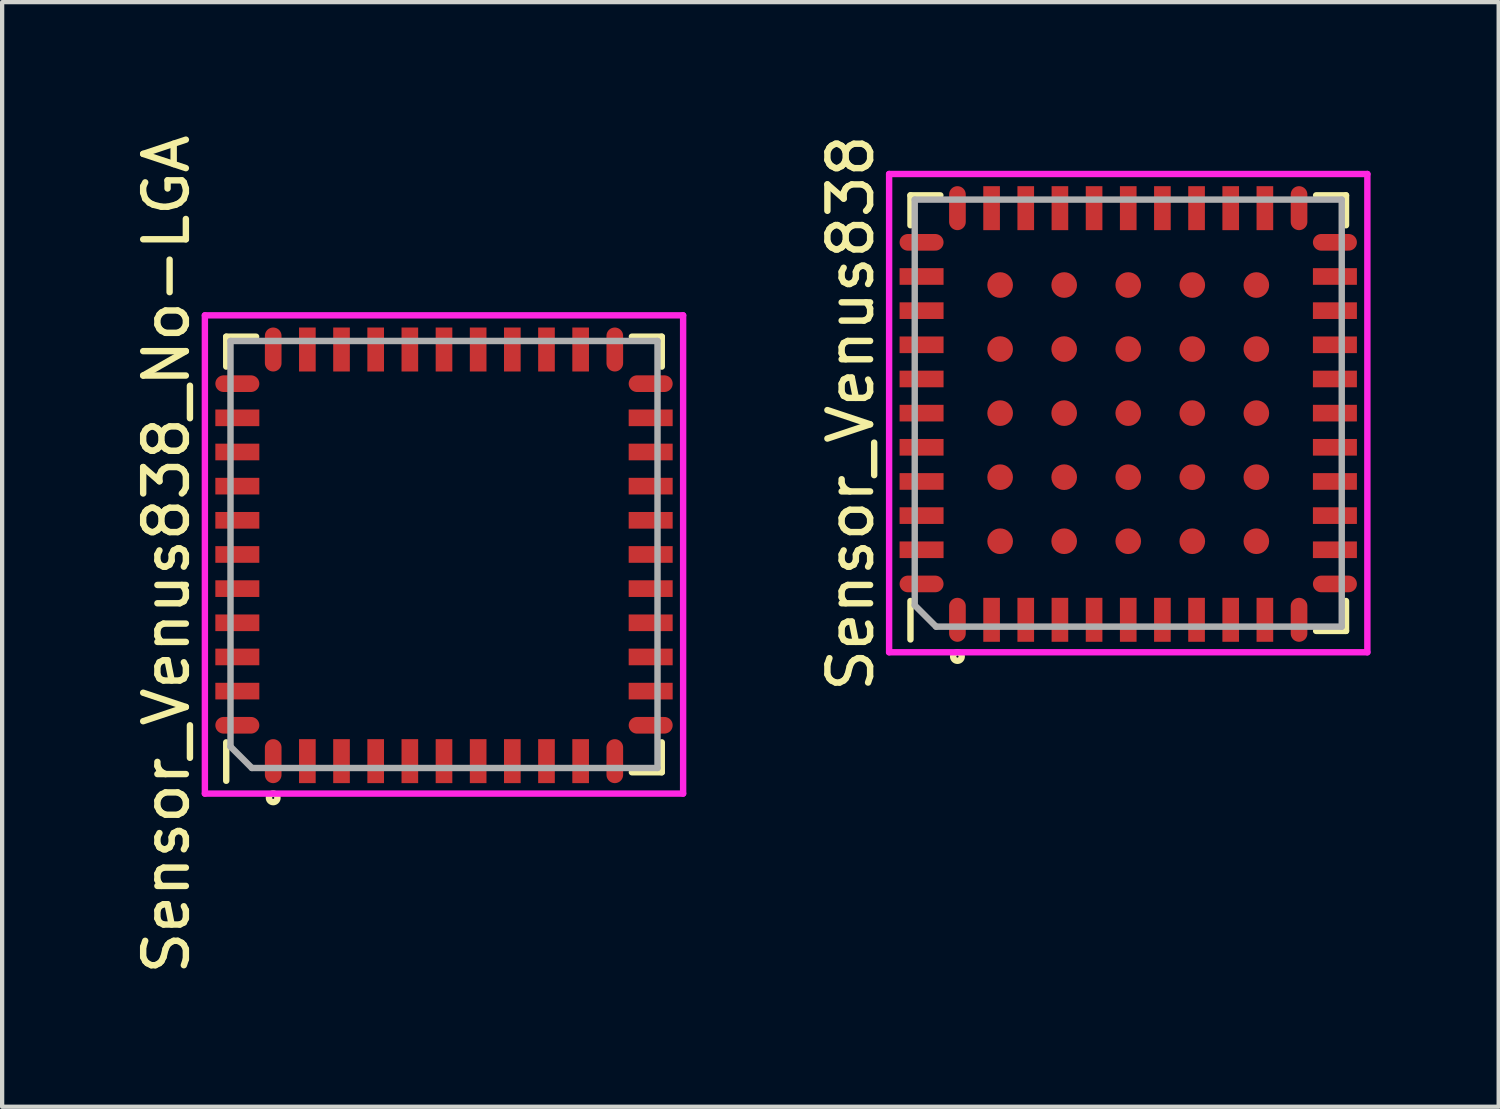
<source format=kicad_pcb>
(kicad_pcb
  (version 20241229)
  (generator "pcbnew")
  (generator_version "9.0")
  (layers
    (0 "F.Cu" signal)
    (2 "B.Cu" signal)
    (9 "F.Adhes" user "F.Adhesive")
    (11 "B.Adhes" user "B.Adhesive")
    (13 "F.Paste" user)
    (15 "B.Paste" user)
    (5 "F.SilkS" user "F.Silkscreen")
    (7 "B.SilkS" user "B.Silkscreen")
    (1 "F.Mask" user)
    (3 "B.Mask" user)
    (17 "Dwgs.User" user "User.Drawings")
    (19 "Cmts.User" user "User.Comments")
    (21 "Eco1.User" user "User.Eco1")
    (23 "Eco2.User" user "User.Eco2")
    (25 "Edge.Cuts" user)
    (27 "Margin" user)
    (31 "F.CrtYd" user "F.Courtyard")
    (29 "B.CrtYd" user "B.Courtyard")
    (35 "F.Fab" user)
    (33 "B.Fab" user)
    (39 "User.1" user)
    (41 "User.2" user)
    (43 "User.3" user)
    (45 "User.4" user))
  (footprint "Sensor_Venus838"
    (layer "F.Cu")
    (at 23.372 6.625)
    (property "Reference" "Sensor_Venus838" (at -6.5 0 90) (layer "F.SilkS") (effects (font (size 1 1) (thickness 0.15))))
    (attr through_hole)
    (fp_line (start -5.1 -5.1) (end -4.4 -5.1) (stroke (width 0.15) (type solid)) (layer "F.SilkS"))
    (fp_line (start -5.1 -4.4) (end -5.1 -5.1) (stroke (width 0.15) (type solid)) (layer "F.SilkS"))
    (fp_line (start -5.1 4.4) (end -5.1 5.3) (stroke (width 0.15) (type solid)) (layer "F.SilkS"))
    (fp_line (start 4.4 -5.1) (end 5.1 -5.1) (stroke (width 0.15) (type solid)) (layer "F.SilkS"))
    (fp_line (start 5.1 -5.1) (end 5.1 -4.4) (stroke (width 0.15) (type solid)) (layer "F.SilkS"))
    (fp_line (start 5.1 4.4) (end 5.1 5.1) (stroke (width 0.15) (type solid)) (layer "F.SilkS"))
    (fp_line (start 5.1 5.1) (end 4.4 5.1) (stroke (width 0.15) (type solid)) (layer "F.SilkS"))
    (fp_circle (center -4 5.7) (end -4 5.8) (stroke (width 0.15) (type solid)) (fill no) (layer "F.SilkS"))
    (fp_line (start -5.6 -5.6) (end 5.6 -5.6) (stroke (width 0.15) (type solid)) (layer "F.CrtYd"))
    (fp_line (start -5.6 5.6) (end -5.6 -5.6) (stroke (width 0.15) (type solid)) (layer "F.CrtYd"))
    (fp_line (start 5.6 -5.6) (end 5.6 5.6) (stroke (width 0.15) (type solid)) (layer "F.CrtYd"))
    (fp_line (start 5.6 5.6) (end -5.6 5.6) (stroke (width 0.15) (type solid)) (layer "F.CrtYd"))
    (fp_line (start -5 -5) (end 5 -5) (stroke (width 0.15) (type solid)) (layer "F.Fab"))
    (fp_line (start -5 4.5) (end -5 -5) (stroke (width 0.15) (type solid)) (layer "F.Fab"))
    (fp_line (start -4.5 5) (end -5 4.5) (stroke (width 0.15) (type solid)) (layer "F.Fab"))
    (fp_line (start 5 -5) (end 5 5) (stroke (width 0.15) (type solid)) (layer "F.Fab"))
    (fp_line (start 5 5) (end -4.5 5) (stroke (width 0.15) (type solid)) (layer "F.Fab"))
    (pad "1" smd oval (at -4 4.84) (size 0.39 1.03) (layers "F.Cu" "F.Mask" "F.Paste"))
    (pad "2" smd rect (at -3.2 4.84) (size 0.39 1.03) (layers "F.Cu" "F.Mask" "F.Paste"))
    (pad "3" smd rect (at -2.4 4.84) (size 0.39 1.03) (layers "F.Cu" "F.Mask" "F.Paste"))
    (pad "4" smd rect (at -1.6 4.84) (size 0.39 1.03) (layers "F.Cu" "F.Mask" "F.Paste"))
    (pad "5" smd rect (at -0.8 4.84) (size 0.39 1.03) (layers "F.Cu" "F.Mask" "F.Paste"))
    (pad "6" smd rect (at 0 4.84) (size 0.39 1.03) (layers "F.Cu" "F.Mask" "F.Paste"))
    (pad "7" smd rect (at 0.8 4.84) (size 0.39 1.03) (layers "F.Cu" "F.Mask" "F.Paste"))
    (pad "8" smd rect (at 1.6 4.84) (size 0.39 1.03) (layers "F.Cu" "F.Mask" "F.Paste"))
    (pad "9" smd rect (at 2.4 4.84) (size 0.39 1.03) (layers "F.Cu" "F.Mask" "F.Paste"))
    (pad "10" smd rect (at 3.2 4.84) (size 0.39 1.03) (layers "F.Cu" "F.Mask" "F.Paste"))
    (pad "11" smd oval (at 4 4.84) (size 0.39 1.03) (layers "F.Cu" "F.Mask" "F.Paste"))
    (pad "12" smd oval (at 4.84 4 90) (size 0.39 1.03) (layers "F.Cu" "F.Mask" "F.Paste"))
    (pad "13" smd rect (at 4.84 3.2 90) (size 0.39 1.03) (layers "F.Cu" "F.Mask" "F.Paste"))
    (pad "14" smd rect (at 4.84 2.4 90) (size 0.39 1.03) (layers "F.Cu" "F.Mask" "F.Paste"))
    (pad "15" smd rect (at 4.84 1.6 90) (size 0.39 1.03) (layers "F.Cu" "F.Mask" "F.Paste"))
    (pad "16" smd rect (at 4.84 0.8 90) (size 0.39 1.03) (layers "F.Cu" "F.Mask" "F.Paste"))
    (pad "17" smd rect (at 4.84 0 90) (size 0.39 1.03) (layers "F.Cu" "F.Mask" "F.Paste"))
    (pad "18" smd rect (at 4.84 -0.8 90) (size 0.39 1.03) (layers "F.Cu" "F.Mask" "F.Paste"))
    (pad "19" smd rect (at 4.84 -1.6 90) (size 0.39 1.03) (layers "F.Cu" "F.Mask" "F.Paste"))
    (pad "20" smd rect (at 4.84 -2.4 90) (size 0.39 1.03) (layers "F.Cu" "F.Mask" "F.Paste"))
    (pad "21" smd rect (at 4.84 -3.2 90) (size 0.39 1.03) (layers "F.Cu" "F.Mask" "F.Paste"))
    (pad "22" smd oval (at 4.84 -4 90) (size 0.39 1.03) (layers "F.Cu" "F.Mask" "F.Paste"))
    (pad "23" smd oval (at 4 -4.8 180) (size 0.39 1.03) (layers "F.Cu" "F.Mask" "F.Paste"))
    (pad "24" smd rect (at 3.2 -4.8 180) (size 0.39 1.03) (layers "F.Cu" "F.Mask" "F.Paste"))
    (pad "25" smd rect (at 2.4 -4.8 180) (size 0.39 1.03) (layers "F.Cu" "F.Mask" "F.Paste"))
    (pad "26" smd rect (at 1.6 -4.8 180) (size 0.39 1.03) (layers "F.Cu" "F.Mask" "F.Paste"))
    (pad "27" smd rect (at 0.8 -4.8 180) (size 0.39 1.03) (layers "F.Cu" "F.Mask" "F.Paste"))
    (pad "28" smd rect (at 0 -4.8 180) (size 0.39 1.03) (layers "F.Cu" "F.Mask" "F.Paste"))
    (pad "29" smd rect (at -0.8 -4.8 180) (size 0.39 1.03) (layers "F.Cu" "F.Mask" "F.Paste"))
    (pad "30" smd rect (at -1.6 -4.8 180) (size 0.39 1.03) (layers "F.Cu" "F.Mask" "F.Paste"))
    (pad "31" smd rect (at -2.4 -4.8 180) (size 0.39 1.03) (layers "F.Cu" "F.Mask" "F.Paste"))
    (pad "32" smd rect (at -3.2 -4.8 180) (size 0.39 1.03) (layers "F.Cu" "F.Mask" "F.Paste"))
    (pad "33" smd oval (at -4 -4.8 180) (size 0.39 1.03) (layers "F.Cu" "F.Mask" "F.Paste"))
    (pad "34" smd oval (at -4.84 -4 270) (size 0.39 1.03) (layers "F.Cu" "F.Mask" "F.Paste"))
    (pad "35" smd rect (at -4.84 -3.2 270) (size 0.39 1.03) (layers "F.Cu" "F.Mask" "F.Paste"))
    (pad "36" smd rect (at -4.84 -2.4 270) (size 0.39 1.03) (layers "F.Cu" "F.Mask" "F.Paste"))
    (pad "37" smd rect (at -4.84 -1.6 270) (size 0.39 1.03) (layers "F.Cu" "F.Mask" "F.Paste"))
    (pad "38" smd rect (at -4.84 -0.8 270) (size 0.39 1.03) (layers "F.Cu" "F.Mask" "F.Paste"))
    (pad "39" smd rect (at -4.84 0 270) (size 0.39 1.03) (layers "F.Cu" "F.Mask" "F.Paste"))
    (pad "40" smd rect (at -4.84 0.8 270) (size 0.39 1.03) (layers "F.Cu" "F.Mask" "F.Paste"))
    (pad "41" smd rect (at -4.84 1.6 270) (size 0.39 1.03) (layers "F.Cu" "F.Mask" "F.Paste"))
    (pad "42" smd rect (at -4.84 2.4 270) (size 0.39 1.03) (layers "F.Cu" "F.Mask" "F.Paste"))
    (pad "43" smd rect (at -4.84 3.2 270) (size 0.39 1.03) (layers "F.Cu" "F.Mask" "F.Paste"))
    (pad "44" smd oval (at -4.84 4 270) (size 0.39 1.03) (layers "F.Cu" "F.Mask" "F.Paste"))
    (pad "45" smd circle (at -3 3 270) (size 0.6 0.6) (layers "F.Cu" "F.Mask" "F.Paste"))
    (pad "46" smd circle (at -1.5 3 270) (size 0.6 0.6) (layers "F.Cu" "F.Mask" "F.Paste"))
    (pad "47" smd circle (at 0 3 270) (size 0.6 0.6) (layers "F.Cu" "F.Mask" "F.Paste"))
    (pad "48" smd circle (at 1.5 3 270) (size 0.6 0.6) (layers "F.Cu" "F.Mask" "F.Paste"))
    (pad "49" smd circle (at 3 3 270) (size 0.6 0.6) (layers "F.Cu" "F.Mask" "F.Paste"))
    (pad "50" smd circle (at -3 1.5 270) (size 0.6 0.6) (layers "F.Cu" "F.Mask" "F.Paste"))
    (pad "51" smd circle (at -1.5 1.5 270) (size 0.6 0.6) (layers "F.Cu" "F.Mask" "F.Paste"))
    (pad "52" smd circle (at 0 1.5 270) (size 0.6 0.6) (layers "F.Cu" "F.Mask" "F.Paste"))
    (pad "53" smd circle (at 1.5 1.5 270) (size 0.6 0.6) (layers "F.Cu" "F.Mask" "F.Paste"))
    (pad "54" smd circle (at 3 1.5 270) (size 0.6 0.6) (layers "F.Cu" "F.Mask" "F.Paste"))
    (pad "55" smd circle (at -3 0 270) (size 0.6 0.6) (layers "F.Cu" "F.Mask" "F.Paste"))
    (pad "56" smd circle (at -1.5 0 270) (size 0.6 0.6) (layers "F.Cu" "F.Mask" "F.Paste"))
    (pad "57" smd circle (at 0 0 270) (size 0.6 0.6) (layers "F.Cu" "F.Mask" "F.Paste"))
    (pad "58" smd circle (at 1.5 0 270) (size 0.6 0.6) (layers "F.Cu" "F.Mask" "F.Paste"))
    (pad "59" smd circle (at 3 0 270) (size 0.6 0.6) (layers "F.Cu" "F.Mask" "F.Paste"))
    (pad "60" smd circle (at -3 -1.5 270) (size 0.6 0.6) (layers "F.Cu" "F.Mask" "F.Paste"))
    (pad "61" smd circle (at -1.5 -1.5 270) (size 0.6 0.6) (layers "F.Cu" "F.Mask" "F.Paste"))
    (pad "62" smd circle (at 0 -1.5 270) (size 0.6 0.6) (layers "F.Cu" "F.Mask" "F.Paste"))
    (pad "63" smd circle (at 1.5 -1.5 270) (size 0.6 0.6) (layers "F.Cu" "F.Mask" "F.Paste"))
    (pad "64" smd circle (at 3 -1.5 270) (size 0.6 0.6) (layers "F.Cu" "F.Mask" "F.Paste"))
    (pad "65" smd circle (at -3 -3 270) (size 0.6 0.6) (layers "F.Cu" "F.Mask" "F.Paste"))
    (pad "66" smd circle (at -1.5 -3 270) (size 0.6 0.6) (layers "F.Cu" "F.Mask" "F.Paste"))
    (pad "67" smd circle (at 0 -3 270) (size 0.6 0.6) (layers "F.Cu" "F.Mask" "F.Paste"))
    (pad "68" smd circle (at 1.5 -3 270) (size 0.6 0.6) (layers "F.Cu" "F.Mask" "F.Paste"))
    (pad "69" smd circle (at 3 -3 270) (size 0.6 0.6) (layers "F.Cu" "F.Mask" "F.Paste")))
  (footprint "Sensor_Venus838_No-LGA"
    (layer "F.Cu")
    (at 7.348 9.935)
    (property "Reference" "Sensor_Venus838_No-LGA" (at -6.5 0 90) (layer "F.SilkS") (effects (font (size 1 1) (thickness 0.15))))
    (attr through_hole)
    (fp_line (start -5.1 -5.1) (end -4.4 -5.1) (stroke (width 0.15) (type solid)) (layer "F.SilkS"))
    (fp_line (start -5.1 -4.4) (end -5.1 -5.1) (stroke (width 0.15) (type solid)) (layer "F.SilkS"))
    (fp_line (start -5.1 4.4) (end -5.1 5.3) (stroke (width 0.15) (type solid)) (layer "F.SilkS"))
    (fp_line (start 4.4 -5.1) (end 5.1 -5.1) (stroke (width 0.15) (type solid)) (layer "F.SilkS"))
    (fp_line (start 5.1 -5.1) (end 5.1 -4.4) (stroke (width 0.15) (type solid)) (layer "F.SilkS"))
    (fp_line (start 5.1 4.4) (end 5.1 5.1) (stroke (width 0.15) (type solid)) (layer "F.SilkS"))
    (fp_line (start 5.1 5.1) (end 4.4 5.1) (stroke (width 0.15) (type solid)) (layer "F.SilkS"))
    (fp_circle (center -4 5.7) (end -4 5.8) (stroke (width 0.15) (type solid)) (fill no) (layer "F.SilkS"))
    (fp_line (start -5.6 -5.6) (end 5.6 -5.6) (stroke (width 0.15) (type solid)) (layer "F.CrtYd"))
    (fp_line (start -5.6 5.6) (end -5.6 -5.6) (stroke (width 0.15) (type solid)) (layer "F.CrtYd"))
    (fp_line (start 5.6 -5.6) (end 5.6 5.6) (stroke (width 0.15) (type solid)) (layer "F.CrtYd"))
    (fp_line (start 5.6 5.6) (end -5.6 5.6) (stroke (width 0.15) (type solid)) (layer "F.CrtYd"))
    (fp_line (start -5 -5) (end 5 -5) (stroke (width 0.15) (type solid)) (layer "F.Fab"))
    (fp_line (start -5 4.5) (end -5 -5) (stroke (width 0.15) (type solid)) (layer "F.Fab"))
    (fp_line (start -4.5 5) (end -5 4.5) (stroke (width 0.15) (type solid)) (layer "F.Fab"))
    (fp_line (start 5 -5) (end 5 5) (stroke (width 0.15) (type solid)) (layer "F.Fab"))
    (fp_line (start 5 5) (end -4.5 5) (stroke (width 0.15) (type solid)) (layer "F.Fab"))
    (pad "1" smd oval (at -4 4.84) (size 0.39 1.03) (layers "F.Cu" "F.Mask" "F.Paste"))
    (pad "2" smd rect (at -3.2 4.84) (size 0.39 1.03) (layers "F.Cu" "F.Mask" "F.Paste"))
    (pad "3" smd rect (at -2.4 4.84) (size 0.39 1.03) (layers "F.Cu" "F.Mask" "F.Paste"))
    (pad "4" smd rect (at -1.6 4.84) (size 0.39 1.03) (layers "F.Cu" "F.Mask" "F.Paste"))
    (pad "5" smd rect (at -0.8 4.84) (size 0.39 1.03) (layers "F.Cu" "F.Mask" "F.Paste"))
    (pad "6" smd rect (at 0 4.84) (size 0.39 1.03) (layers "F.Cu" "F.Mask" "F.Paste"))
    (pad "7" smd rect (at 0.8 4.84) (size 0.39 1.03) (layers "F.Cu" "F.Mask" "F.Paste"))
    (pad "8" smd rect (at 1.6 4.84) (size 0.39 1.03) (layers "F.Cu" "F.Mask" "F.Paste"))
    (pad "9" smd rect (at 2.4 4.84) (size 0.39 1.03) (layers "F.Cu" "F.Mask" "F.Paste"))
    (pad "10" smd rect (at 3.2 4.84) (size 0.39 1.03) (layers "F.Cu" "F.Mask" "F.Paste"))
    (pad "11" smd oval (at 4 4.84) (size 0.39 1.03) (layers "F.Cu" "F.Mask" "F.Paste"))
    (pad "12" smd oval (at 4.84 4 90) (size 0.39 1.03) (layers "F.Cu" "F.Mask" "F.Paste"))
    (pad "13" smd rect (at 4.84 3.2 90) (size 0.39 1.03) (layers "F.Cu" "F.Mask" "F.Paste"))
    (pad "14" smd rect (at 4.84 2.4 90) (size 0.39 1.03) (layers "F.Cu" "F.Mask" "F.Paste"))
    (pad "15" smd rect (at 4.84 1.6 90) (size 0.39 1.03) (layers "F.Cu" "F.Mask" "F.Paste"))
    (pad "16" smd rect (at 4.84 0.8 90) (size 0.39 1.03) (layers "F.Cu" "F.Mask" "F.Paste"))
    (pad "17" smd rect (at 4.84 0 90) (size 0.39 1.03) (layers "F.Cu" "F.Mask" "F.Paste"))
    (pad "18" smd rect (at 4.84 -0.8 90) (size 0.39 1.03) (layers "F.Cu" "F.Mask" "F.Paste"))
    (pad "19" smd rect (at 4.84 -1.6 90) (size 0.39 1.03) (layers "F.Cu" "F.Mask" "F.Paste"))
    (pad "20" smd rect (at 4.84 -2.4 90) (size 0.39 1.03) (layers "F.Cu" "F.Mask" "F.Paste"))
    (pad "21" smd rect (at 4.84 -3.2 90) (size 0.39 1.03) (layers "F.Cu" "F.Mask" "F.Paste"))
    (pad "22" smd oval (at 4.84 -4 90) (size 0.39 1.03) (layers "F.Cu" "F.Mask" "F.Paste"))
    (pad "23" smd oval (at 4 -4.8 180) (size 0.39 1.03) (layers "F.Cu" "F.Mask" "F.Paste"))
    (pad "24" smd rect (at 3.2 -4.8 180) (size 0.39 1.03) (layers "F.Cu" "F.Mask" "F.Paste"))
    (pad "25" smd rect (at 2.4 -4.8 180) (size 0.39 1.03) (layers "F.Cu" "F.Mask" "F.Paste"))
    (pad "26" smd rect (at 1.6 -4.8 180) (size 0.39 1.03) (layers "F.Cu" "F.Mask" "F.Paste"))
    (pad "27" smd rect (at 0.8 -4.8 180) (size 0.39 1.03) (layers "F.Cu" "F.Mask" "F.Paste"))
    (pad "28" smd rect (at 0 -4.8 180) (size 0.39 1.03) (layers "F.Cu" "F.Mask" "F.Paste"))
    (pad "29" smd rect (at -0.8 -4.8 180) (size 0.39 1.03) (layers "F.Cu" "F.Mask" "F.Paste"))
    (pad "30" smd rect (at -1.6 -4.8 180) (size 0.39 1.03) (layers "F.Cu" "F.Mask" "F.Paste"))
    (pad "31" smd rect (at -2.4 -4.8 180) (size 0.39 1.03) (layers "F.Cu" "F.Mask" "F.Paste"))
    (pad "32" smd rect (at -3.2 -4.8 180) (size 0.39 1.03) (layers "F.Cu" "F.Mask" "F.Paste"))
    (pad "33" smd oval (at -4 -4.8 180) (size 0.39 1.03) (layers "F.Cu" "F.Mask" "F.Paste"))
    (pad "34" smd oval (at -4.84 -4 270) (size 0.39 1.03) (layers "F.Cu" "F.Mask" "F.Paste"))
    (pad "35" smd rect (at -4.84 -3.2 270) (size 0.39 1.03) (layers "F.Cu" "F.Mask" "F.Paste"))
    (pad "36" smd rect (at -4.84 -2.4 270) (size 0.39 1.03) (layers "F.Cu" "F.Mask" "F.Paste"))
    (pad "37" smd rect (at -4.84 -1.6 270) (size 0.39 1.03) (layers "F.Cu" "F.Mask" "F.Paste"))
    (pad "38" smd rect (at -4.84 -0.8 270) (size 0.39 1.03) (layers "F.Cu" "F.Mask" "F.Paste"))
    (pad "39" smd rect (at -4.84 0 270) (size 0.39 1.03) (layers "F.Cu" "F.Mask" "F.Paste"))
    (pad "40" smd rect (at -4.84 0.8 270) (size 0.39 1.03) (layers "F.Cu" "F.Mask" "F.Paste"))
    (pad "41" smd rect (at -4.84 1.6 270) (size 0.39 1.03) (layers "F.Cu" "F.Mask" "F.Paste"))
    (pad "42" smd rect (at -4.84 2.4 270) (size 0.39 1.03) (layers "F.Cu" "F.Mask" "F.Paste"))
    (pad "43" smd rect (at -4.84 3.2 270) (size 0.39 1.03) (layers "F.Cu" "F.Mask" "F.Paste"))
    (pad "44" smd oval (at -4.84 4 270) (size 0.39 1.03) (layers "F.Cu" "F.Mask" "F.Paste")))
  (gr_rect
    (start -3 -3)
    (end 32.047 22.869)
    (stroke (width 0.1) (type default))
    (fill no)
    (layer "Edge.Cuts")))
</source>
